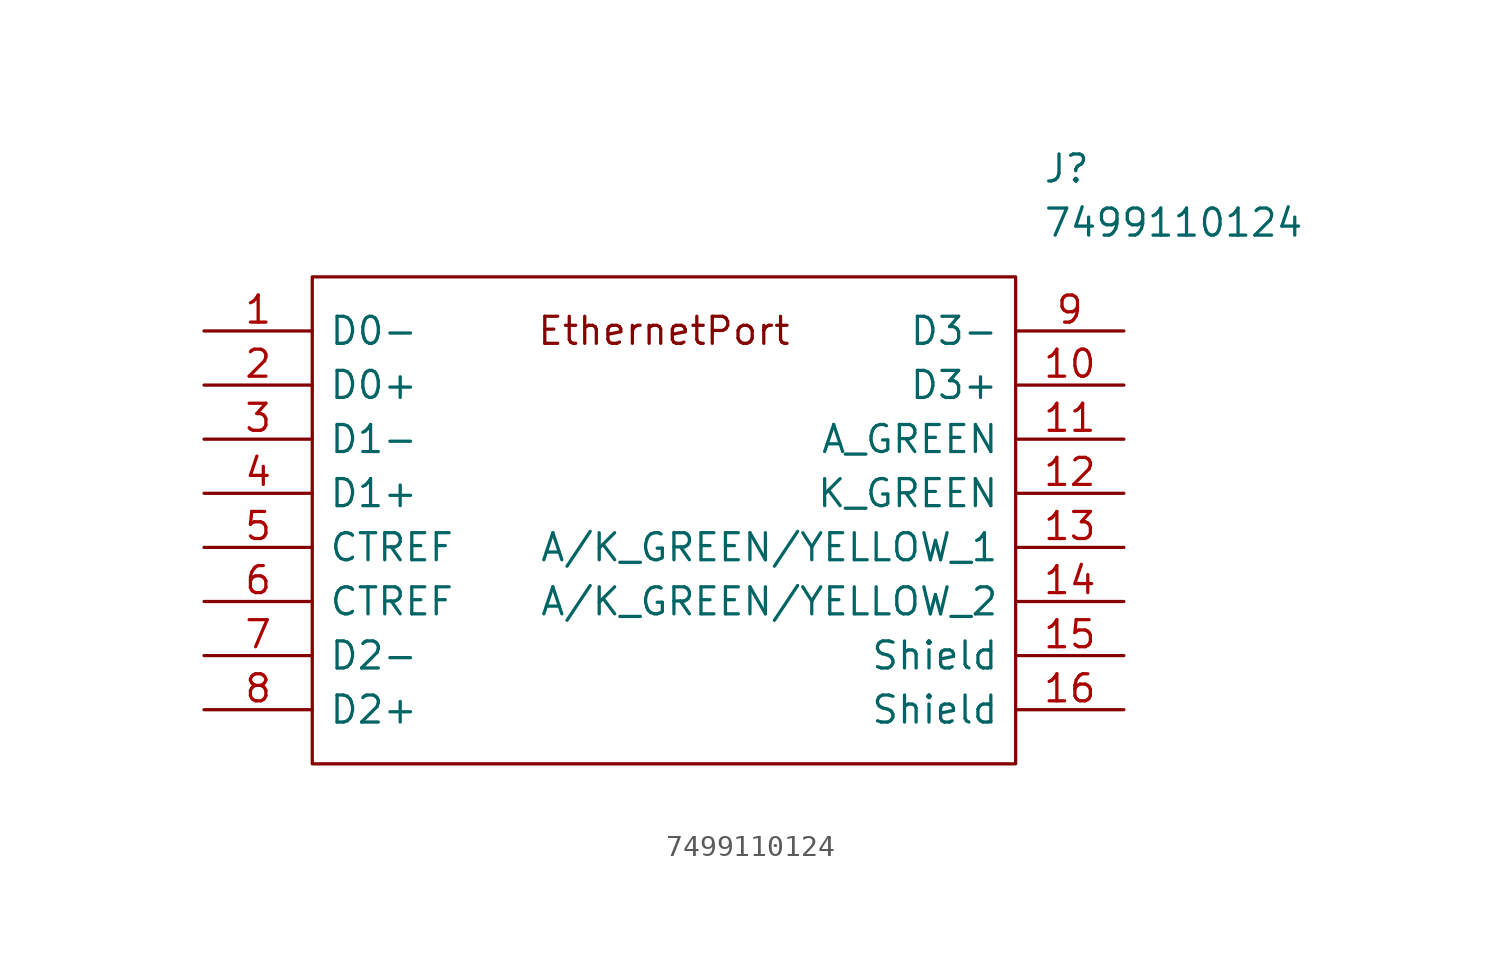
<source format=kicad_sym>
(kicad_symbol_lib
  (version 20201005)
  (generator kicad_symbol_editor)
  (symbol "RPI_CM4_video_preview:7499110124"
    (pin_names
      (offset 0.762))
    (property "Reference" "J"
      (at 39.37 7.62 0)
      (effects (font (size 1.27 1.27)) (justify left)))
    (property "Value" "7499110124"
      (at 39.37 5.08 0)
      (effects (font (size 1.27 1.27)) (justify left)))
    (symbol "7499110124_0_0"
      (text "EthernetPort" (at 21.59 0 0) (effects (font (size 1.27 1.27))))
      (pin passive line (at 0 0 0) (length 5.08) (name "D0-" (effects (font (size 1.27 1.27)))) (number "1" (effects (font (size 1.27 1.27)))))
      (pin passive line (at 0 -2.54 0) (length 5.08) (name "D0+" (effects (font (size 1.27 1.27)))) (number "2" (effects (font (size 1.27 1.27)))))
      (pin passive line (at 0 -5.08 0) (length 5.08) (name "D1-" (effects (font (size 1.27 1.27)))) (number "3" (effects (font (size 1.27 1.27)))))
      (pin passive line (at 0 -7.62 0) (length 5.08) (name "D1+" (effects (font (size 1.27 1.27)))) (number "4" (effects (font (size 1.27 1.27)))))
      (pin passive line (at 0 -10.16 0) (length 5.08) (name "CTREF" (effects (font (size 1.27 1.27)))) (number "5" (effects (font (size 1.27 1.27)))))
      (pin passive line (at 0 -12.7 0) (length 5.08) (name "CTREF" (effects (font (size 1.27 1.27)))) (number "6" (effects (font (size 1.27 1.27)))))
      (pin passive line (at 0 -15.24 0) (length 5.08) (name "D2-" (effects (font (size 1.27 1.27)))) (number "7" (effects (font (size 1.27 1.27)))))
      (pin passive line (at 0 -17.78 0) (length 5.08) (name "D2+" (effects (font (size 1.27 1.27)))) (number "8" (effects (font (size 1.27 1.27)))))
      (pin passive line (at 43.18 0 180) (length 5.08) (name "D3-" (effects (font (size 1.27 1.27)))) (number "9" (effects (font (size 1.27 1.27)))))
      (pin passive line (at 43.18 -2.54 180) (length 5.08) (name "D3+" (effects (font (size 1.27 1.27)))) (number "10" (effects (font (size 1.27 1.27)))))
      (pin passive line (at 43.18 -5.08 180) (length 5.08) (name "A_GREEN" (effects (font (size 1.27 1.27)))) (number "11" (effects (font (size 1.27 1.27)))))
      (pin passive line (at 43.18 -7.62 180) (length 5.08) (name "K_GREEN" (effects (font (size 1.27 1.27)))) (number "12" (effects (font (size 1.27 1.27)))))
      (pin passive line (at 43.18 -10.16 180) (length 5.08) (name "A/K_GREEN/YELLOW_1" (effects (font (size 1.27 1.27)))) (number "13" (effects (font (size 1.27 1.27)))))
      (pin passive line (at 43.18 -12.7 180) (length 5.08) (name "A/K_GREEN/YELLOW_2" (effects (font (size 1.27 1.27)))) (number "14" (effects (font (size 1.27 1.27)))))
      (pin passive line (at 43.18 -15.24 180) (length 5.08) (name "Shield" (effects (font (size 1.27 1.27)))) (number "15" (effects (font (size 1.27 1.27)))))
      (pin passive line (at 43.18 -17.78 180) (length 5.08) (name "Shield" (effects (font (size 1.27 1.27)))) (number "16" (effects (font (size 1.27 1.27))))))
    (symbol "7499110124_0_1"
      (polyline (pts (xy 5.08 2.54) (xy 38.1 2.54) (xy 38.1 -20.32) (xy 5.08 -20.32) (xy 5.08 2.54)) (stroke (width 0.152)) (fill (type none))))))
</source>
